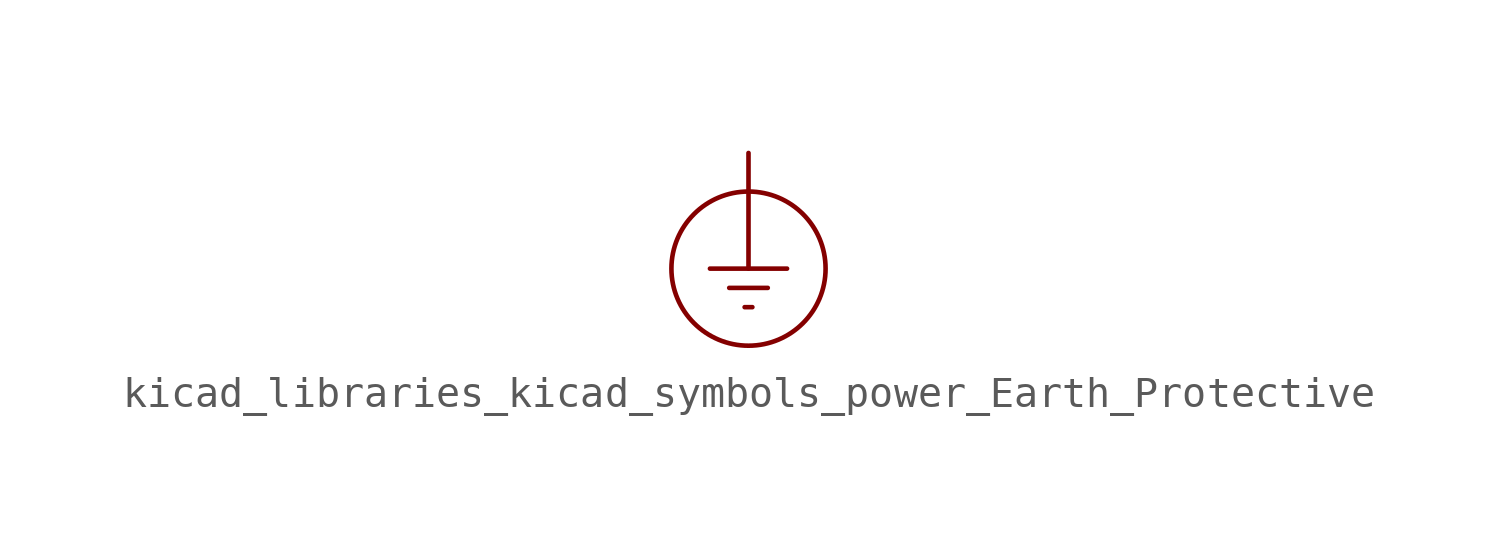
<source format=kicad_sym>
(kicad_symbol_lib
  (version 20220914)
  (generator kicad_symbol_editor)
  (symbol "kicad_libraries_kicad_symbols_power_Earth_Protective"
    (power)
    (pin_names
      (offset 0))
    (property "Reference" "#PWR"
      (at 6.35 -6.35 0)
      (effects (font (size 1.27 1.27)) hide))
    (symbol "kicad_libraries_kicad_symbols_power_Earth_Protective_0_1"
      (circle (center 0 -3.81) (radius 2.54) (stroke (width 0) (type default)) (fill (type none)))
      (polyline (pts (xy -0.635 -4.445) (xy 0.635 -4.445)) (stroke (width 0) (type default)) (fill (type none)))
      (polyline (pts (xy -0.127 -5.08) (xy 0.127 -5.08)) (stroke (width 0) (type default)) (fill (type none)))
      (polyline (pts (xy 0 -3.81) (xy 0 0)) (stroke (width 0) (type default)) (fill (type none)))
      (polyline (pts (xy 1.27 -3.81) (xy -1.27 -3.81)) (stroke (width 0) (type default)) (fill (type none))))
    (symbol "kicad_libraries_kicad_symbols_power_Earth_Protective_1_1"
      (pin power_in line (at 0 0 270) (length 0) hide (name "Earth_Protective" (effects (font (size 1.27 1.27)))) (number "1" (effects (font (size 1.27 1.27))))))))
</source>
